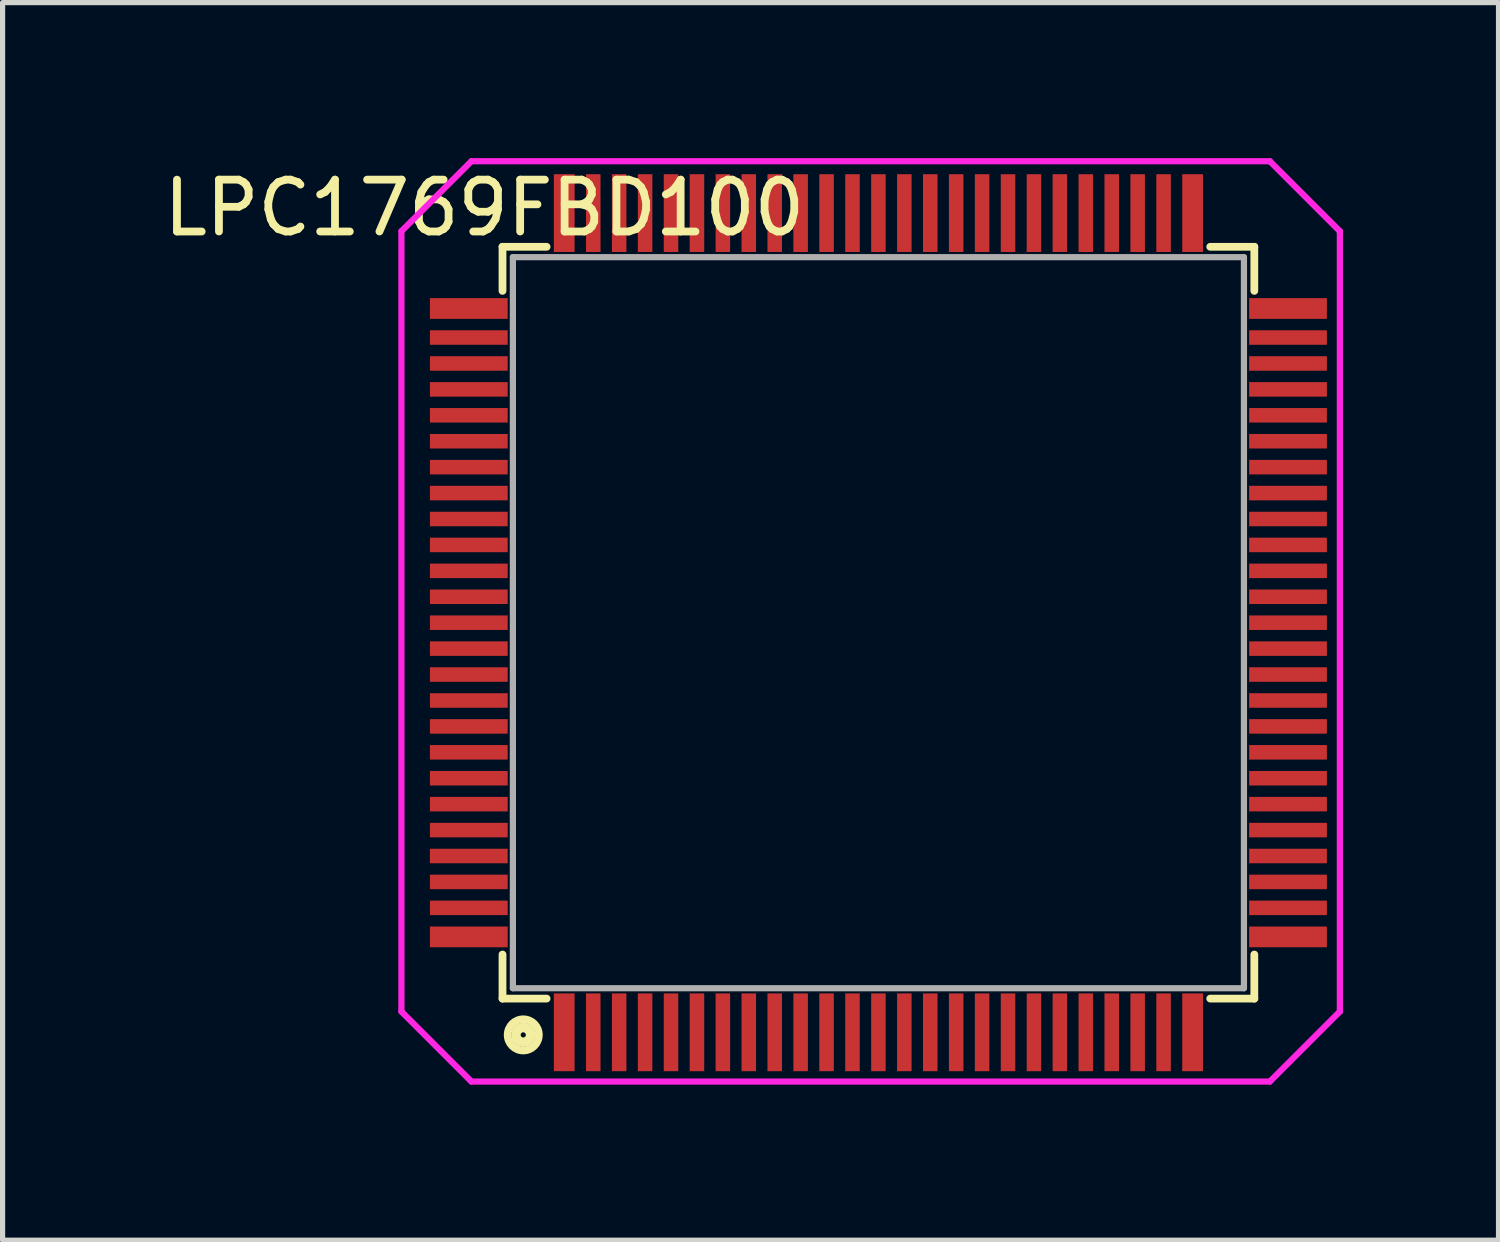
<source format=kicad_pcb>
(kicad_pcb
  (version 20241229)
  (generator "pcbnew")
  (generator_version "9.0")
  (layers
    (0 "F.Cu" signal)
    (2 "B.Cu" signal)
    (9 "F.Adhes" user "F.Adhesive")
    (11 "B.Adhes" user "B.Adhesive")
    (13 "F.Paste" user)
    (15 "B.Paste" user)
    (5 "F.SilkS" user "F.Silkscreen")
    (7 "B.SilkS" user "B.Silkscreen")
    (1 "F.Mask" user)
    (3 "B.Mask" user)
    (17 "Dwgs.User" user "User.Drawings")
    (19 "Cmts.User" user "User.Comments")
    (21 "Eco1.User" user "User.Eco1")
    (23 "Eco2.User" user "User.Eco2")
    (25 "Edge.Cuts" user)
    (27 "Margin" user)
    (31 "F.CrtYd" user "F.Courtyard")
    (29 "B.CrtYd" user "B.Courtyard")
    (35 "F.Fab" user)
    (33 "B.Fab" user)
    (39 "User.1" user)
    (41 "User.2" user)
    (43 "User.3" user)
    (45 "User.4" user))
  (footprint "LPC1769FBD100"
    (layer "F.Cu")
    (at 13.892 8.96)
    (property "Reference" "LPC1769FBD100" (at -7.6 -8 0) (layer "F.SilkS") (effects (font (size 1 1) (thickness 0.15))))
    (attr through_hole)
    (fp_line (start -7.25 -7.25) (end -7.25 -6.4) (stroke (width 0.15) (type solid)) (layer "F.SilkS"))
    (fp_line (start -7.25 -7.25) (end -6.4 -7.25) (stroke (width 0.15) (type solid)) (layer "F.SilkS"))
    (fp_line (start -7.25 7.25) (end -7.25 6.4) (stroke (width 0.15) (type solid)) (layer "F.SilkS"))
    (fp_line (start -7.25 7.25) (end -6.4 7.25) (stroke (width 0.15) (type solid)) (layer "F.SilkS"))
    (fp_line (start 7.25 -7.25) (end 6.4 -7.25) (stroke (width 0.15) (type solid)) (layer "F.SilkS"))
    (fp_line (start 7.25 -7.25) (end 7.25 -6.4) (stroke (width 0.15) (type solid)) (layer "F.SilkS"))
    (fp_line (start 7.25 7.25) (end 6.4 7.25) (stroke (width 0.15) (type solid)) (layer "F.SilkS"))
    (fp_line (start 7.25 7.25) (end 7.25 6.4) (stroke (width 0.15) (type solid)) (layer "F.SilkS"))
    (fp_circle (center -6.85 7.95) (end -6.85 7.65) (stroke (width 0.15) (type solid)) (fill no) (layer "F.SilkS"))
    (fp_circle (center -6.85 7.95) (end -6.85 7.9) (stroke (width 0.15) (type solid)) (fill no) (layer "F.SilkS"))
    (fp_circle (center -6.85 7.95) (end -6.8 7.8) (stroke (width 0.15) (type solid)) (fill no) (layer "F.SilkS"))
    (fp_line (start -9.2 7.5) (end -9.2 -7.55) (stroke (width 0.12) (type solid)) (layer "F.CrtYd"))
    (fp_line (start -7.85 -8.9) (end -9.2 -7.55) (stroke (width 0.12) (type solid)) (layer "F.CrtYd"))
    (fp_line (start -7.85 -8.9) (end 7.55 -8.9) (stroke (width 0.12) (type solid)) (layer "F.CrtYd"))
    (fp_line (start -7.85 8.85) (end -9.2 7.5) (stroke (width 0.12) (type solid)) (layer "F.CrtYd"))
    (fp_line (start -7.85 8.85) (end 7.55 8.85) (stroke (width 0.12) (type solid)) (layer "F.CrtYd"))
    (fp_line (start 8.9 -7.55) (end 7.55 -8.9) (stroke (width 0.12) (type solid)) (layer "F.CrtYd"))
    (fp_line (start 8.9 -7.55) (end 8.9 7.5) (stroke (width 0.12) (type solid)) (layer "F.CrtYd"))
    (fp_line (start 8.9 7.5) (end 7.55 8.85) (stroke (width 0.12) (type solid)) (layer "F.CrtYd"))
    (fp_line (start -7.05 -7.05) (end 7.05 -7.05) (stroke (width 0.12) (type solid)) (layer "F.Fab"))
    (fp_line (start -7.05 7.05) (end -7.05 -7.05) (stroke (width 0.12) (type solid)) (layer "F.Fab"))
    (fp_line (start 7.05 -7.05) (end 7.05 7.05) (stroke (width 0.12) (type solid)) (layer "F.Fab"))
    (fp_line (start 7.05 7.05) (end -7.05 7.05) (stroke (width 0.12) (type solid)) (layer "F.Fab"))
    (pad "1" smd rect (at -6.06 7.9) (size 0.4 1.5) (layers "F.Cu" "F.Mask" "F.Paste"))
    (pad "2" smd rect (at -5.5 7.9) (size 0.28 1.5) (layers "F.Cu" "F.Mask" "F.Paste"))
    (pad "3" smd rect (at -5 7.9) (size 0.28 1.5) (layers "F.Cu" "F.Mask" "F.Paste"))
    (pad "4" smd rect (at -4.5 7.9) (size 0.28 1.5) (layers "F.Cu" "F.Mask" "F.Paste"))
    (pad "5" smd rect (at -4 7.9) (size 0.28 1.5) (layers "F.Cu" "F.Mask" "F.Paste"))
    (pad "6" smd rect (at -3.5 7.9) (size 0.28 1.5) (layers "F.Cu" "F.Mask" "F.Paste"))
    (pad "7" smd rect (at -3 7.9) (size 0.28 1.5) (layers "F.Cu" "F.Mask" "F.Paste"))
    (pad "8" smd rect (at -2.5 7.9) (size 0.28 1.5) (layers "F.Cu" "F.Mask" "F.Paste"))
    (pad "9" smd rect (at -2 7.9) (size 0.28 1.5) (layers "F.Cu" "F.Mask" "F.Paste"))
    (pad "10" smd rect (at -1.5 7.9) (size 0.28 1.5) (layers "F.Cu" "F.Mask" "F.Paste"))
    (pad "11" smd rect (at -1 7.9) (size 0.28 1.5) (layers "F.Cu" "F.Mask" "F.Paste"))
    (pad "12" smd rect (at -0.5 7.9) (size 0.28 1.5) (layers "F.Cu" "F.Mask" "F.Paste"))
    (pad "13" smd rect (at 0 7.9) (size 0.28 1.5) (layers "F.Cu" "F.Mask" "F.Paste"))
    (pad "14" smd rect (at 0.5 7.9) (size 0.28 1.5) (layers "F.Cu" "F.Mask" "F.Paste"))
    (pad "15" smd rect (at 1 7.9) (size 0.28 1.5) (layers "F.Cu" "F.Mask" "F.Paste"))
    (pad "16" smd rect (at 1.5 7.9) (size 0.28 1.5) (layers "F.Cu" "F.Mask" "F.Paste"))
    (pad "17" smd rect (at 2 7.9) (size 0.28 1.5) (layers "F.Cu" "F.Mask" "F.Paste"))
    (pad "18" smd rect (at 2.5 7.9) (size 0.28 1.5) (layers "F.Cu" "F.Mask" "F.Paste"))
    (pad "19" smd rect (at 3 7.9) (size 0.28 1.5) (layers "F.Cu" "F.Mask" "F.Paste"))
    (pad "20" smd rect (at 3.5 7.9) (size 0.28 1.5) (layers "F.Cu" "F.Mask" "F.Paste"))
    (pad "21" smd rect (at 4 7.9) (size 0.28 1.5) (layers "F.Cu" "F.Mask" "F.Paste"))
    (pad "22" smd rect (at 4.5 7.9) (size 0.28 1.5) (layers "F.Cu" "F.Mask" "F.Paste"))
    (pad "23" smd rect (at 5 7.9) (size 0.28 1.5) (layers "F.Cu" "F.Mask" "F.Paste"))
    (pad "24" smd rect (at 5.5 7.9) (size 0.28 1.5) (layers "F.Cu" "F.Mask" "F.Paste"))
    (pad "25" smd rect (at 6.06 7.9) (size 0.4 1.5) (layers "F.Cu" "F.Mask" "F.Paste"))
    (pad "26" smd rect (at 7.9 6.06 90) (size 0.4 1.5) (layers "F.Cu" "F.Mask" "F.Paste"))
    (pad "27" smd rect (at 7.9 5.5 90) (size 0.28 1.5) (layers "F.Cu" "F.Mask" "F.Paste"))
    (pad "28" smd rect (at 7.9 5 90) (size 0.28 1.5) (layers "F.Cu" "F.Mask" "F.Paste"))
    (pad "29" smd rect (at 7.9 4.5 90) (size 0.28 1.5) (layers "F.Cu" "F.Mask" "F.Paste"))
    (pad "30" smd rect (at 7.9 4 90) (size 0.28 1.5) (layers "F.Cu" "F.Mask" "F.Paste"))
    (pad "31" smd rect (at 7.9 3.5 90) (size 0.28 1.5) (layers "F.Cu" "F.Mask" "F.Paste"))
    (pad "32" smd rect (at 7.9 3 90) (size 0.28 1.5) (layers "F.Cu" "F.Mask" "F.Paste"))
    (pad "33" smd rect (at 7.9 2.5 90) (size 0.28 1.5) (layers "F.Cu" "F.Mask" "F.Paste"))
    (pad "34" smd rect (at 7.9 2 90) (size 0.28 1.5) (layers "F.Cu" "F.Mask" "F.Paste"))
    (pad "35" smd rect (at 7.9 1.5 90) (size 0.28 1.5) (layers "F.Cu" "F.Mask" "F.Paste"))
    (pad "36" smd rect (at 7.9 1 90) (size 0.28 1.5) (layers "F.Cu" "F.Mask" "F.Paste"))
    (pad "37" smd rect (at 7.9 0.5 90) (size 0.28 1.5) (layers "F.Cu" "F.Mask" "F.Paste"))
    (pad "38" smd rect (at 7.9 0 90) (size 0.28 1.5) (layers "F.Cu" "F.Mask" "F.Paste"))
    (pad "39" smd rect (at 7.9 -0.5 90) (size 0.28 1.5) (layers "F.Cu" "F.Mask" "F.Paste"))
    (pad "40" smd rect (at 7.9 -1 90) (size 0.28 1.5) (layers "F.Cu" "F.Mask" "F.Paste"))
    (pad "41" smd rect (at 7.9 -1.5 90) (size 0.28 1.5) (layers "F.Cu" "F.Mask" "F.Paste"))
    (pad "42" smd rect (at 7.9 -2 90) (size 0.28 1.5) (layers "F.Cu" "F.Mask" "F.Paste"))
    (pad "43" smd rect (at 7.9 -2.5 90) (size 0.28 1.5) (layers "F.Cu" "F.Mask" "F.Paste"))
    (pad "44" smd rect (at 7.9 -3 90) (size 0.28 1.5) (layers "F.Cu" "F.Mask" "F.Paste"))
    (pad "45" smd rect (at 7.9 -3.5 90) (size 0.28 1.5) (layers "F.Cu" "F.Mask" "F.Paste"))
    (pad "46" smd rect (at 7.9 -4 90) (size 0.28 1.5) (layers "F.Cu" "F.Mask" "F.Paste"))
    (pad "47" smd rect (at 7.9 -4.5 90) (size 0.28 1.5) (layers "F.Cu" "F.Mask" "F.Paste"))
    (pad "48" smd rect (at 7.9 -5 90) (size 0.28 1.5) (layers "F.Cu" "F.Mask" "F.Paste"))
    (pad "49" smd rect (at 7.9 -5.5 90) (size 0.28 1.5) (layers "F.Cu" "F.Mask" "F.Paste"))
    (pad "50" smd rect (at 7.9 -6.06 90) (size 0.4 1.5) (layers "F.Cu" "F.Mask" "F.Paste"))
    (pad "51" smd rect (at 6.06 -7.9 180) (size 0.4 1.5) (layers "F.Cu" "F.Mask" "F.Paste"))
    (pad "52" smd rect (at 5.5 -7.9 180) (size 0.28 1.5) (layers "F.Cu" "F.Mask" "F.Paste"))
    (pad "53" smd rect (at 5 -7.9 180) (size 0.28 1.5) (layers "F.Cu" "F.Mask" "F.Paste"))
    (pad "54" smd rect (at 4.5 -7.9 180) (size 0.28 1.5) (layers "F.Cu" "F.Mask" "F.Paste"))
    (pad "55" smd rect (at 4 -7.9 180) (size 0.28 1.5) (layers "F.Cu" "F.Mask" "F.Paste"))
    (pad "56" smd rect (at 3.5 -7.9 180) (size 0.28 1.5) (layers "F.Cu" "F.Mask" "F.Paste"))
    (pad "57" smd rect (at 3 -7.9 180) (size 0.28 1.5) (layers "F.Cu" "F.Mask" "F.Paste"))
    (pad "58" smd rect (at 2.5 -7.9 180) (size 0.28 1.5) (layers "F.Cu" "F.Mask" "F.Paste"))
    (pad "59" smd rect (at 2 -7.9 180) (size 0.28 1.5) (layers "F.Cu" "F.Mask" "F.Paste"))
    (pad "60" smd rect (at 1.5 -7.9 180) (size 0.28 1.5) (layers "F.Cu" "F.Mask" "F.Paste"))
    (pad "61" smd rect (at 1 -7.9 180) (size 0.28 1.5) (layers "F.Cu" "F.Mask" "F.Paste"))
    (pad "62" smd rect (at 0.5 -7.9 180) (size 0.28 1.5) (layers "F.Cu" "F.Mask" "F.Paste"))
    (pad "63" smd rect (at 0 -7.9 180) (size 0.28 1.5) (layers "F.Cu" "F.Mask" "F.Paste"))
    (pad "64" smd rect (at -0.5 -7.9 180) (size 0.28 1.5) (layers "F.Cu" "F.Mask" "F.Paste"))
    (pad "65" smd rect (at -1 -7.9 180) (size 0.28 1.5) (layers "F.Cu" "F.Mask" "F.Paste"))
    (pad "66" smd rect (at -1.5 -7.9 180) (size 0.28 1.5) (layers "F.Cu" "F.Mask" "F.Paste"))
    (pad "67" smd rect (at -2 -7.9 180) (size 0.28 1.5) (layers "F.Cu" "F.Mask" "F.Paste"))
    (pad "68" smd rect (at -2.5 -7.9 180) (size 0.28 1.5) (layers "F.Cu" "F.Mask" "F.Paste"))
    (pad "69" smd rect (at -3 -7.9 180) (size 0.28 1.5) (layers "F.Cu" "F.Mask" "F.Paste"))
    (pad "70" smd rect (at -3.5 -7.9 180) (size 0.28 1.5) (layers "F.Cu" "F.Mask" "F.Paste"))
    (pad "71" smd rect (at -4 -7.9 180) (size 0.28 1.5) (layers "F.Cu" "F.Mask" "F.Paste"))
    (pad "72" smd rect (at -4.5 -7.9 180) (size 0.28 1.5) (layers "F.Cu" "F.Mask" "F.Paste"))
    (pad "73" smd rect (at -5 -7.9 180) (size 0.28 1.5) (layers "F.Cu" "F.Mask" "F.Paste"))
    (pad "74" smd rect (at -5.5 -7.9 180) (size 0.28 1.5) (layers "F.Cu" "F.Mask" "F.Paste"))
    (pad "75" smd rect (at -6.06 -7.9 180) (size 0.4 1.5) (layers "F.Cu" "F.Mask" "F.Paste"))
    (pad "76" smd rect (at -7.9 -6.06 270) (size 0.4 1.5) (layers "F.Cu" "F.Mask" "F.Paste"))
    (pad "77" smd rect (at -7.9 -5.5 270) (size 0.28 1.5) (layers "F.Cu" "F.Mask" "F.Paste"))
    (pad "78" smd rect (at -7.9 -5 270) (size 0.28 1.5) (layers "F.Cu" "F.Mask" "F.Paste"))
    (pad "79" smd rect (at -7.9 -4.5 270) (size 0.28 1.5) (layers "F.Cu" "F.Mask" "F.Paste"))
    (pad "80" smd rect (at -7.9 -4 270) (size 0.28 1.5) (layers "F.Cu" "F.Mask" "F.Paste"))
    (pad "81" smd rect (at -7.9 -3.5 270) (size 0.28 1.5) (layers "F.Cu" "F.Mask" "F.Paste"))
    (pad "82" smd rect (at -7.9 -3 270) (size 0.28 1.5) (layers "F.Cu" "F.Mask" "F.Paste"))
    (pad "83" smd rect (at -7.9 -2.5 270) (size 0.28 1.5) (layers "F.Cu" "F.Mask" "F.Paste"))
    (pad "84" smd rect (at -7.9 -2 270) (size 0.28 1.5) (layers "F.Cu" "F.Mask" "F.Paste"))
    (pad "85" smd rect (at -7.9 -1.5 270) (size 0.28 1.5) (layers "F.Cu" "F.Mask" "F.Paste"))
    (pad "86" smd rect (at -7.9 -1 270) (size 0.28 1.5) (layers "F.Cu" "F.Mask" "F.Paste"))
    (pad "87" smd rect (at -7.9 -0.5 270) (size 0.28 1.5) (layers "F.Cu" "F.Mask" "F.Paste"))
    (pad "88" smd rect (at -7.9 0 270) (size 0.28 1.5) (layers "F.Cu" "F.Mask" "F.Paste"))
    (pad "89" smd rect (at -7.9 0.5 270) (size 0.28 1.5) (layers "F.Cu" "F.Mask" "F.Paste"))
    (pad "90" smd rect (at -7.9 1 270) (size 0.28 1.5) (layers "F.Cu" "F.Mask" "F.Paste"))
    (pad "91" smd rect (at -7.9 1.5 270) (size 0.28 1.5) (layers "F.Cu" "F.Mask" "F.Paste"))
    (pad "92" smd rect (at -7.9 2 270) (size 0.28 1.5) (layers "F.Cu" "F.Mask" "F.Paste"))
    (pad "93" smd rect (at -7.9 2.5 270) (size 0.28 1.5) (layers "F.Cu" "F.Mask" "F.Paste"))
    (pad "94" smd rect (at -7.9 3 270) (size 0.28 1.5) (layers "F.Cu" "F.Mask" "F.Paste"))
    (pad "95" smd rect (at -7.9 3.5 270) (size 0.28 1.5) (layers "F.Cu" "F.Mask" "F.Paste"))
    (pad "96" smd rect (at -7.9 4 270) (size 0.28 1.5) (layers "F.Cu" "F.Mask" "F.Paste"))
    (pad "97" smd rect (at -7.9 4.5 270) (size 0.28 1.5) (layers "F.Cu" "F.Mask" "F.Paste"))
    (pad "98" smd rect (at -7.9 5 270) (size 0.28 1.5) (layers "F.Cu" "F.Mask" "F.Paste"))
    (pad "99" smd rect (at -7.9 5.5 270) (size 0.28 1.5) (layers "F.Cu" "F.Mask" "F.Paste"))
    (pad "100" smd rect (at -7.9 6.06 270) (size 0.4 1.5) (layers "F.Cu" "F.Mask" "F.Paste")))
  (gr_rect
    (start -3 -3)
    (end 25.852 20.87)
    (stroke (width 0.1) (type default))
    (fill no)
    (layer "Edge.Cuts")))
</source>
